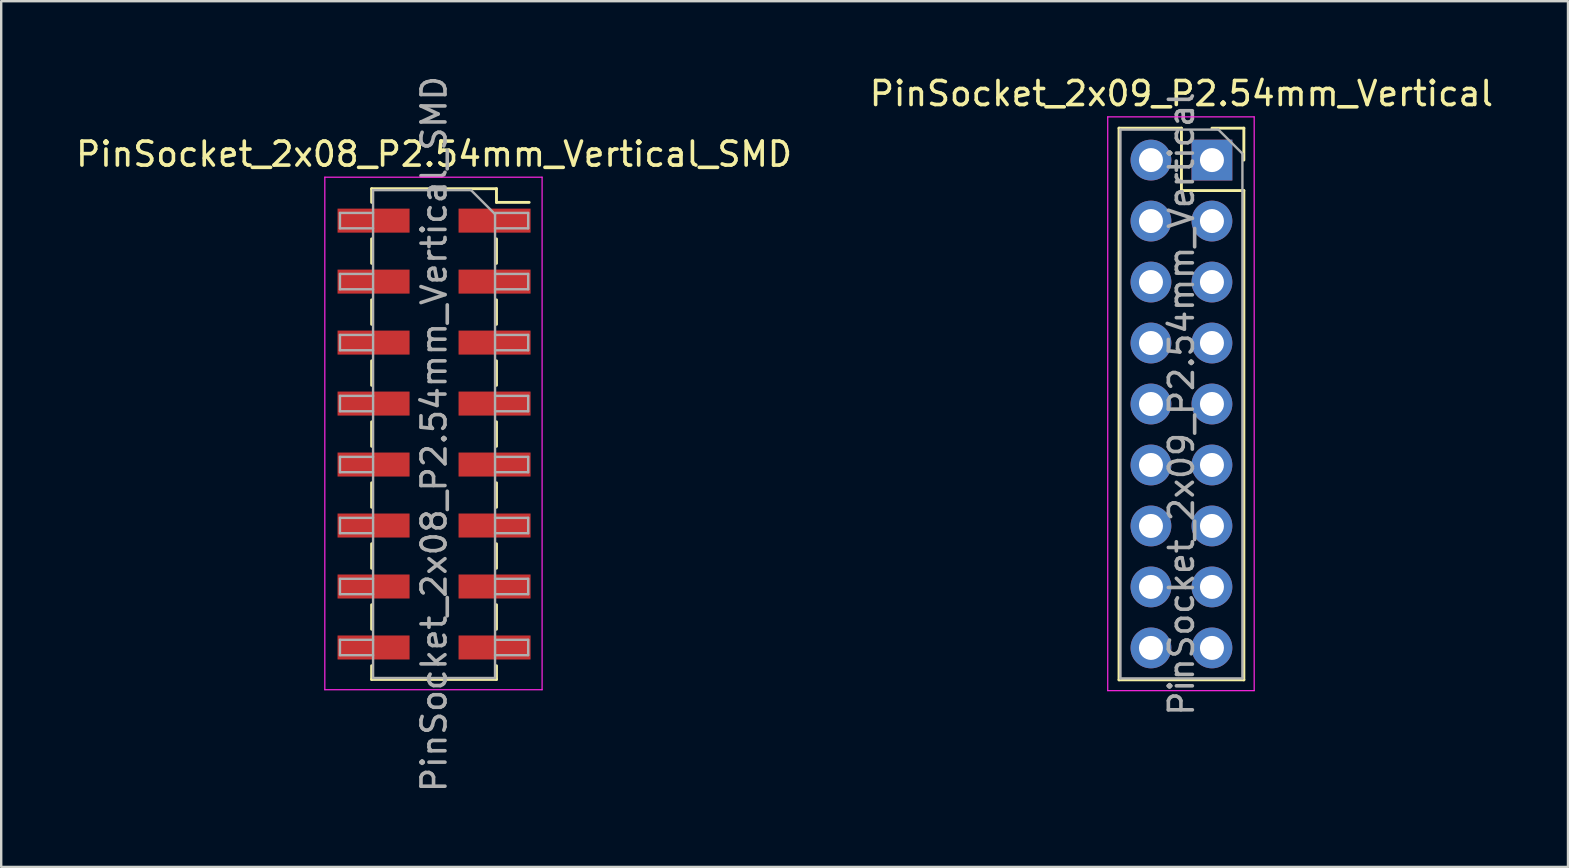
<source format=kicad_pcb>
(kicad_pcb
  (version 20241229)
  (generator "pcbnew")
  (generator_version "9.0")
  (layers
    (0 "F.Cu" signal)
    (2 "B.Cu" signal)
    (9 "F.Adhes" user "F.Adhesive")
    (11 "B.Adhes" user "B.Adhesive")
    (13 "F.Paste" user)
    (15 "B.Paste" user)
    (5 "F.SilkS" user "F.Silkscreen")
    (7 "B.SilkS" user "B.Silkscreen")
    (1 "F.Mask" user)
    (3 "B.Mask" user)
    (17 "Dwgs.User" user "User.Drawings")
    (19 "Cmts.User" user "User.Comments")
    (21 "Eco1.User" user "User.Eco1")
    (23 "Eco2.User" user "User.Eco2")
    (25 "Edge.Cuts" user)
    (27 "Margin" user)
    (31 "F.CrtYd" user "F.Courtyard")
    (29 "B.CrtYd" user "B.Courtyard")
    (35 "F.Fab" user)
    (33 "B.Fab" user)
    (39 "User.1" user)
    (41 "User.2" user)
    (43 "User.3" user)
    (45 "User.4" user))
  (footprint "PinSocket_2x09_P2.54mm_Vertical"
    (layer "F.Cu")
    (at 47.431 3.618)
    (property "Reference" "PinSocket_2x09_P2.54mm_Vertical" (at -1.27 -2.77 0) (layer "F.SilkS") (effects (font (size 1 1) (thickness 0.15))))
    (attr through_hole)
    (fp_line (start -3.87 -1.33) (end -3.87 21.65) (stroke (width 0.12) (type solid)) (layer "F.SilkS"))
    (fp_line (start -3.87 -1.33) (end -1.27 -1.33) (stroke (width 0.12) (type solid)) (layer "F.SilkS"))
    (fp_line (start -3.87 21.65) (end 1.33 21.65) (stroke (width 0.12) (type solid)) (layer "F.SilkS"))
    (fp_line (start -1.27 -1.33) (end -1.27 1.27) (stroke (width 0.12) (type solid)) (layer "F.SilkS"))
    (fp_line (start -1.27 1.27) (end 1.33 1.27) (stroke (width 0.12) (type solid)) (layer "F.SilkS"))
    (fp_line (start 0 -1.33) (end 1.33 -1.33) (stroke (width 0.12) (type solid)) (layer "F.SilkS"))
    (fp_line (start 1.33 -1.33) (end 1.33 0) (stroke (width 0.12) (type solid)) (layer "F.SilkS"))
    (fp_line (start 1.33 1.27) (end 1.33 21.65) (stroke (width 0.12) (type solid)) (layer "F.SilkS"))
    (fp_line (start -4.34 -1.8) (end 1.76 -1.8) (stroke (width 0.05) (type solid)) (layer "F.CrtYd"))
    (fp_line (start -4.34 22.1) (end -4.34 -1.8) (stroke (width 0.05) (type solid)) (layer "F.CrtYd"))
    (fp_line (start 1.76 -1.8) (end 1.76 22.1) (stroke (width 0.05) (type solid)) (layer "F.CrtYd"))
    (fp_line (start 1.76 22.1) (end -4.34 22.1) (stroke (width 0.05) (type solid)) (layer "F.CrtYd"))
    (fp_line (start -3.81 -1.27) (end 0.27 -1.27) (stroke (width 0.1) (type solid)) (layer "F.Fab"))
    (fp_line (start -3.81 21.59) (end -3.81 -1.27) (stroke (width 0.1) (type solid)) (layer "F.Fab"))
    (fp_line (start 0.27 -1.27) (end 1.27 -0.27) (stroke (width 0.1) (type solid)) (layer "F.Fab"))
    (fp_line (start 1.27 -0.27) (end 1.27 21.59) (stroke (width 0.1) (type solid)) (layer "F.Fab"))
    (fp_line (start 1.27 21.59) (end -3.81 21.59) (stroke (width 0.1) (type solid)) (layer "F.Fab"))
    (fp_text user "${REFERENCE}" (at -1.27 10.16 90) (layer "F.Fab") (effects (font (size 1 1) (thickness 0.15))))
    (pad "1" thru_hole rect (at 0 0) (size 1.7 1.7) (drill 1) (layers "*.Cu" "*.Mask"))
    (pad "2" thru_hole oval (at -2.54 0) (size 1.7 1.7) (drill 1) (layers "*.Cu" "*.Mask"))
    (pad "3" thru_hole oval (at 0 2.54) (size 1.7 1.7) (drill 1) (layers "*.Cu" "*.Mask"))
    (pad "4" thru_hole oval (at -2.54 2.54) (size 1.7 1.7) (drill 1) (layers "*.Cu" "*.Mask"))
    (pad "5" thru_hole oval (at 0 5.08) (size 1.7 1.7) (drill 1) (layers "*.Cu" "*.Mask"))
    (pad "6" thru_hole oval (at -2.54 5.08) (size 1.7 1.7) (drill 1) (layers "*.Cu" "*.Mask"))
    (pad "7" thru_hole oval (at 0 7.62) (size 1.7 1.7) (drill 1) (layers "*.Cu" "*.Mask"))
    (pad "8" thru_hole oval (at -2.54 7.62) (size 1.7 1.7) (drill 1) (layers "*.Cu" "*.Mask"))
    (pad "9" thru_hole oval (at 0 10.16) (size 1.7 1.7) (drill 1) (layers "*.Cu" "*.Mask"))
    (pad "10" thru_hole oval (at -2.54 10.16) (size 1.7 1.7) (drill 1) (layers "*.Cu" "*.Mask"))
    (pad "11" thru_hole oval (at 0 12.7) (size 1.7 1.7) (drill 1) (layers "*.Cu" "*.Mask"))
    (pad "12" thru_hole oval (at -2.54 12.7) (size 1.7 1.7) (drill 1) (layers "*.Cu" "*.Mask"))
    (pad "13" thru_hole oval (at 0 15.24) (size 1.7 1.7) (drill 1) (layers "*.Cu" "*.Mask"))
    (pad "14" thru_hole oval (at -2.54 15.24) (size 1.7 1.7) (drill 1) (layers "*.Cu" "*.Mask"))
    (pad "15" thru_hole oval (at 0 17.78) (size 1.7 1.7) (drill 1) (layers "*.Cu" "*.Mask"))
    (pad "16" thru_hole oval (at -2.54 17.78) (size 1.7 1.7) (drill 1) (layers "*.Cu" "*.Mask"))
    (pad "17" thru_hole oval (at 0 20.32) (size 1.7 1.7) (drill 1) (layers "*.Cu" "*.Mask"))
    (pad "18" thru_hole oval (at -2.54 20.32) (size 1.7 1.7) (drill 1) (layers "*.Cu" "*.Mask")))
  (footprint "PinSocket_2x08_P2.54mm_Vertical_SMD"
    (layer "F.Cu")
    (at 15.03 15.03)
    (property "Reference" "PinSocket_2x08_P2.54mm_Vertical_SMD" (at 0 -11.66 0) (layer "F.SilkS") (effects (font (size 1 1) (thickness 0.15))))
    (attr smd)
    (fp_line (start -2.6 -10.22) (end -2.6 -9.65) (stroke (width 0.12) (type solid)) (layer "F.SilkS"))
    (fp_line (start -2.6 -10.22) (end 2.6 -10.22) (stroke (width 0.12) (type solid)) (layer "F.SilkS"))
    (fp_line (start -2.6 -8.13) (end -2.6 -7.11) (stroke (width 0.12) (type solid)) (layer "F.SilkS"))
    (fp_line (start -2.6 -5.59) (end -2.6 -4.57) (stroke (width 0.12) (type solid)) (layer "F.SilkS"))
    (fp_line (start -2.6 -3.05) (end -2.6 -2.03) (stroke (width 0.12) (type solid)) (layer "F.SilkS"))
    (fp_line (start -2.6 -0.51) (end -2.6 0.51) (stroke (width 0.12) (type solid)) (layer "F.SilkS"))
    (fp_line (start -2.6 2.03) (end -2.6 3.05) (stroke (width 0.12) (type solid)) (layer "F.SilkS"))
    (fp_line (start -2.6 4.57) (end -2.6 5.59) (stroke (width 0.12) (type solid)) (layer "F.SilkS"))
    (fp_line (start -2.6 7.11) (end -2.6 8.13) (stroke (width 0.12) (type solid)) (layer "F.SilkS"))
    (fp_line (start -2.6 9.65) (end -2.6 10.22) (stroke (width 0.12) (type solid)) (layer "F.SilkS"))
    (fp_line (start -2.6 10.22) (end 2.6 10.22) (stroke (width 0.12) (type solid)) (layer "F.SilkS"))
    (fp_line (start 2.6 -10.22) (end 2.6 -9.65) (stroke (width 0.12) (type solid)) (layer "F.SilkS"))
    (fp_line (start 2.6 -9.65) (end 3.96 -9.65) (stroke (width 0.12) (type solid)) (layer "F.SilkS"))
    (fp_line (start 2.6 -8.13) (end 2.6 -7.11) (stroke (width 0.12) (type solid)) (layer "F.SilkS"))
    (fp_line (start 2.6 -5.59) (end 2.6 -4.57) (stroke (width 0.12) (type solid)) (layer "F.SilkS"))
    (fp_line (start 2.6 -3.05) (end 2.6 -2.03) (stroke (width 0.12) (type solid)) (layer "F.SilkS"))
    (fp_line (start 2.6 -0.51) (end 2.6 0.51) (stroke (width 0.12) (type solid)) (layer "F.SilkS"))
    (fp_line (start 2.6 2.03) (end 2.6 3.05) (stroke (width 0.12) (type solid)) (layer "F.SilkS"))
    (fp_line (start 2.6 4.57) (end 2.6 5.59) (stroke (width 0.12) (type solid)) (layer "F.SilkS"))
    (fp_line (start 2.6 7.11) (end 2.6 8.13) (stroke (width 0.12) (type solid)) (layer "F.SilkS"))
    (fp_line (start 2.6 9.65) (end 2.6 10.22) (stroke (width 0.12) (type solid)) (layer "F.SilkS"))
    (fp_line (start -4.55 -10.7) (end 4.5 -10.7) (stroke (width 0.05) (type solid)) (layer "F.CrtYd"))
    (fp_line (start -4.55 10.65) (end -4.55 -10.7) (stroke (width 0.05) (type solid)) (layer "F.CrtYd"))
    (fp_line (start 4.5 -10.7) (end 4.5 10.65) (stroke (width 0.05) (type solid)) (layer "F.CrtYd"))
    (fp_line (start 4.5 10.65) (end -4.55 10.65) (stroke (width 0.05) (type solid)) (layer "F.CrtYd"))
    (fp_line (start -3.92 -9.21) (end -2.54 -9.21) (stroke (width 0.1) (type solid)) (layer "F.Fab"))
    (fp_line (start -3.92 -8.57) (end -3.92 -9.21) (stroke (width 0.1) (type solid)) (layer "F.Fab"))
    (fp_line (start -3.92 -6.67) (end -2.54 -6.67) (stroke (width 0.1) (type solid)) (layer "F.Fab"))
    (fp_line (start -3.92 -6.03) (end -3.92 -6.67) (stroke (width 0.1) (type solid)) (layer "F.Fab"))
    (fp_line (start -3.92 -4.13) (end -2.54 -4.13) (stroke (width 0.1) (type solid)) (layer "F.Fab"))
    (fp_line (start -3.92 -3.49) (end -3.92 -4.13) (stroke (width 0.1) (type solid)) (layer "F.Fab"))
    (fp_line (start -3.92 -1.59) (end -2.54 -1.59) (stroke (width 0.1) (type solid)) (layer "F.Fab"))
    (fp_line (start -3.92 -0.95) (end -3.92 -1.59) (stroke (width 0.1) (type solid)) (layer "F.Fab"))
    (fp_line (start -3.92 0.95) (end -2.54 0.95) (stroke (width 0.1) (type solid)) (layer "F.Fab"))
    (fp_line (start -3.92 1.59) (end -3.92 0.95) (stroke (width 0.1) (type solid)) (layer "F.Fab"))
    (fp_line (start -3.92 3.49) (end -2.54 3.49) (stroke (width 0.1) (type solid)) (layer "F.Fab"))
    (fp_line (start -3.92 4.13) (end -3.92 3.49) (stroke (width 0.1) (type solid)) (layer "F.Fab"))
    (fp_line (start -3.92 6.03) (end -2.54 6.03) (stroke (width 0.1) (type solid)) (layer "F.Fab"))
    (fp_line (start -3.92 6.67) (end -3.92 6.03) (stroke (width 0.1) (type solid)) (layer "F.Fab"))
    (fp_line (start -3.92 8.57) (end -2.54 8.57) (stroke (width 0.1) (type solid)) (layer "F.Fab"))
    (fp_line (start -3.92 9.21) (end -3.92 8.57) (stroke (width 0.1) (type solid)) (layer "F.Fab"))
    (fp_line (start -2.54 -10.16) (end 1.54 -10.16) (stroke (width 0.1) (type solid)) (layer "F.Fab"))
    (fp_line (start -2.54 -8.57) (end -3.92 -8.57) (stroke (width 0.1) (type solid)) (layer "F.Fab"))
    (fp_line (start -2.54 -6.03) (end -3.92 -6.03) (stroke (width 0.1) (type solid)) (layer "F.Fab"))
    (fp_line (start -2.54 -3.49) (end -3.92 -3.49) (stroke (width 0.1) (type solid)) (layer "F.Fab"))
    (fp_line (start -2.54 -0.95) (end -3.92 -0.95) (stroke (width 0.1) (type solid)) (layer "F.Fab"))
    (fp_line (start -2.54 1.59) (end -3.92 1.59) (stroke (width 0.1) (type solid)) (layer "F.Fab"))
    (fp_line (start -2.54 4.13) (end -3.92 4.13) (stroke (width 0.1) (type solid)) (layer "F.Fab"))
    (fp_line (start -2.54 6.67) (end -3.92 6.67) (stroke (width 0.1) (type solid)) (layer "F.Fab"))
    (fp_line (start -2.54 9.21) (end -3.92 9.21) (stroke (width 0.1) (type solid)) (layer "F.Fab"))
    (fp_line (start -2.54 10.16) (end -2.54 -10.16) (stroke (width 0.1) (type solid)) (layer "F.Fab"))
    (fp_line (start 1.54 -10.16) (end 2.54 -9.16) (stroke (width 0.1) (type solid)) (layer "F.Fab"))
    (fp_line (start 2.54 -9.21) (end 3.92 -9.21) (stroke (width 0.1) (type solid)) (layer "F.Fab"))
    (fp_line (start 2.54 -9.16) (end 2.54 10.16) (stroke (width 0.1) (type solid)) (layer "F.Fab"))
    (fp_line (start 2.54 -6.67) (end 3.92 -6.67) (stroke (width 0.1) (type solid)) (layer "F.Fab"))
    (fp_line (start 2.54 -4.13) (end 3.92 -4.13) (stroke (width 0.1) (type solid)) (layer "F.Fab"))
    (fp_line (start 2.54 -1.59) (end 3.92 -1.59) (stroke (width 0.1) (type solid)) (layer "F.Fab"))
    (fp_line (start 2.54 0.95) (end 3.92 0.95) (stroke (width 0.1) (type solid)) (layer "F.Fab"))
    (fp_line (start 2.54 3.49) (end 3.92 3.49) (stroke (width 0.1) (type solid)) (layer "F.Fab"))
    (fp_line (start 2.54 6.03) (end 3.92 6.03) (stroke (width 0.1) (type solid)) (layer "F.Fab"))
    (fp_line (start 2.54 8.57) (end 3.92 8.57) (stroke (width 0.1) (type solid)) (layer "F.Fab"))
    (fp_line (start 2.54 10.16) (end -2.54 10.16) (stroke (width 0.1) (type solid)) (layer "F.Fab"))
    (fp_line (start 3.92 -9.21) (end 3.92 -8.57) (stroke (width 0.1) (type solid)) (layer "F.Fab"))
    (fp_line (start 3.92 -8.57) (end 2.54 -8.57) (stroke (width 0.1) (type solid)) (layer "F.Fab"))
    (fp_line (start 3.92 -6.67) (end 3.92 -6.03) (stroke (width 0.1) (type solid)) (layer "F.Fab"))
    (fp_line (start 3.92 -6.03) (end 2.54 -6.03) (stroke (width 0.1) (type solid)) (layer "F.Fab"))
    (fp_line (start 3.92 -4.13) (end 3.92 -3.49) (stroke (width 0.1) (type solid)) (layer "F.Fab"))
    (fp_line (start 3.92 -3.49) (end 2.54 -3.49) (stroke (width 0.1) (type solid)) (layer "F.Fab"))
    (fp_line (start 3.92 -1.59) (end 3.92 -0.95) (stroke (width 0.1) (type solid)) (layer "F.Fab"))
    (fp_line (start 3.92 -0.95) (end 2.54 -0.95) (stroke (width 0.1) (type solid)) (layer "F.Fab"))
    (fp_line (start 3.92 0.95) (end 3.92 1.59) (stroke (width 0.1) (type solid)) (layer "F.Fab"))
    (fp_line (start 3.92 1.59) (end 2.54 1.59) (stroke (width 0.1) (type solid)) (layer "F.Fab"))
    (fp_line (start 3.92 3.49) (end 3.92 4.13) (stroke (width 0.1) (type solid)) (layer "F.Fab"))
    (fp_line (start 3.92 4.13) (end 2.54 4.13) (stroke (width 0.1) (type solid)) (layer "F.Fab"))
    (fp_line (start 3.92 6.03) (end 3.92 6.67) (stroke (width 0.1) (type solid)) (layer "F.Fab"))
    (fp_line (start 3.92 6.67) (end 2.54 6.67) (stroke (width 0.1) (type solid)) (layer "F.Fab"))
    (fp_line (start 3.92 8.57) (end 3.92 9.21) (stroke (width 0.1) (type solid)) (layer "F.Fab"))
    (fp_line (start 3.92 9.21) (end 2.54 9.21) (stroke (width 0.1) (type solid)) (layer "F.Fab"))
    (fp_text user "${REFERENCE}" (at 0 0 90) (layer "F.Fab") (effects (font (size 1 1) (thickness 0.15))))
    (pad "1" smd rect (at 2.52 -8.89) (size 3 1) (layers "F.Cu" "F.Mask" "F.Paste"))
    (pad "2" smd rect (at -2.52 -8.89) (size 3 1) (layers "F.Cu" "F.Mask" "F.Paste"))
    (pad "3" smd rect (at 2.52 -6.35) (size 3 1) (layers "F.Cu" "F.Mask" "F.Paste"))
    (pad "4" smd rect (at -2.52 -6.35) (size 3 1) (layers "F.Cu" "F.Mask" "F.Paste"))
    (pad "5" smd rect (at 2.52 -3.81) (size 3 1) (layers "F.Cu" "F.Mask" "F.Paste"))
    (pad "6" smd rect (at -2.52 -3.81) (size 3 1) (layers "F.Cu" "F.Mask" "F.Paste"))
    (pad "7" smd rect (at 2.52 -1.27) (size 3 1) (layers "F.Cu" "F.Mask" "F.Paste"))
    (pad "8" smd rect (at -2.52 -1.27) (size 3 1) (layers "F.Cu" "F.Mask" "F.Paste"))
    (pad "9" smd rect (at 2.52 1.27) (size 3 1) (layers "F.Cu" "F.Mask" "F.Paste"))
    (pad "10" smd rect (at -2.52 1.27) (size 3 1) (layers "F.Cu" "F.Mask" "F.Paste"))
    (pad "11" smd rect (at 2.52 3.81) (size 3 1) (layers "F.Cu" "F.Mask" "F.Paste"))
    (pad "12" smd rect (at -2.52 3.81) (size 3 1) (layers "F.Cu" "F.Mask" "F.Paste"))
    (pad "13" smd rect (at 2.52 6.35) (size 3 1) (layers "F.Cu" "F.Mask" "F.Paste"))
    (pad "14" smd rect (at -2.52 6.35) (size 3 1) (layers "F.Cu" "F.Mask" "F.Paste"))
    (pad "15" smd rect (at 2.52 8.89) (size 3 1) (layers "F.Cu" "F.Mask" "F.Paste"))
    (pad "16" smd rect (at -2.52 8.89) (size 3 1) (layers "F.Cu" "F.Mask" "F.Paste")))
  (gr_rect
    (start -3 -3)
    (end 62.262 33.06)
    (stroke (width 0.1) (type default))
    (fill no)
    (layer "Edge.Cuts")))
</source>
